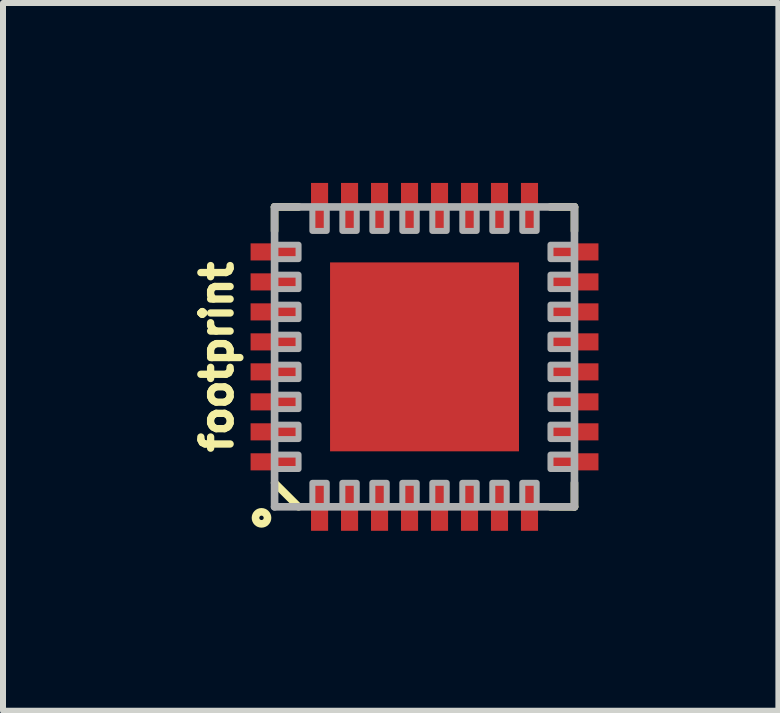
<source format=kicad_pcb>
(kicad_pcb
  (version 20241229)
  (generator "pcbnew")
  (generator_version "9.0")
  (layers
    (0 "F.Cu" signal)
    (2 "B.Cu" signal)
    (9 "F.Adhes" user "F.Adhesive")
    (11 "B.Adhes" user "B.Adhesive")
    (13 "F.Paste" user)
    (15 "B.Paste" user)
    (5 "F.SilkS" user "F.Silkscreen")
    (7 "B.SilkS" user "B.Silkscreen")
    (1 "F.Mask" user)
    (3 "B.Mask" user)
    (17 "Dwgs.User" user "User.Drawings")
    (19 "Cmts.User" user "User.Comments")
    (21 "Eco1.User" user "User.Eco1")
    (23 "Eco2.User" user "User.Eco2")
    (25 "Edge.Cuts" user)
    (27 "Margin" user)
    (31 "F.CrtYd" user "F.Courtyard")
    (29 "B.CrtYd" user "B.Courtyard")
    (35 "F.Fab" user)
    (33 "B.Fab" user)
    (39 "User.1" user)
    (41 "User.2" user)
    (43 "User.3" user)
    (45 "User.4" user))
  (footprint "footprint"
    (layer "F.Cu")
    (at 4.028 2.9)
    (property "Reference" "footprint" (at -3.175 0 90) (layer "F.SilkS") (effects (font (size 0.488 0.488) (thickness 0.122)) (justify bottom)))
    (fp_line (start -2.5 -2.5) (end -2.1 -2.5) (stroke (width 0.127) (type solid)) (layer "F.SilkS"))
    (fp_line (start -2.5 -2.1) (end -2.5 -2.5) (stroke (width 0.127) (type solid)) (layer "F.SilkS"))
    (fp_line (start -2.5 2.1) (end -2.1 2.5) (stroke (width 0.127) (type solid)) (layer "F.SilkS"))
    (fp_line (start 2.1 -2.5) (end 2.5 -2.5) (stroke (width 0.127) (type solid)) (layer "F.SilkS"))
    (fp_line (start 2.5 -2.5) (end 2.5 -2.1) (stroke (width 0.127) (type solid)) (layer "F.SilkS"))
    (fp_line (start 2.5 2.1) (end 2.5 2.5) (stroke (width 0.127) (type solid)) (layer "F.SilkS"))
    (fp_line (start 2.5 2.5) (end 2.1 2.5) (stroke (width 0.127) (type solid)) (layer "F.SilkS"))
    (fp_circle (center -2.718 2.684) (end -2.618 2.684) (stroke (width 0.127) (type solid)) (fill no) (layer "F.SilkS"))
    (fp_poly (pts (xy -1.45 -0.15) (xy -0.15 -0.15) (xy -0.15 -1.45) (xy -1.45 -1.45)) (stroke (width 0) (type solid)) (fill yes) (layer "F.Paste"))
    (fp_poly (pts (xy -0.15 1.45) (xy -0.15 0.15) (xy -1.45 0.15) (xy -1.45 1.45)) (stroke (width 0) (type solid)) (fill yes) (layer "F.Paste"))
    (fp_poly (pts (xy 0.15 -1.45) (xy 0.15 -0.15) (xy 1.45 -0.15) (xy 1.45 -1.45)) (stroke (width 0) (type solid)) (fill yes) (layer "F.Paste"))
    (fp_poly (pts (xy 1.45 0.15) (xy 0.15 0.15) (xy 0.15 1.45) (xy 1.45 1.45)) (stroke (width 0) (type solid)) (fill yes) (layer "F.Paste"))
    (fp_line (start -2.5 -2.5) (end -2.5 2.5) (stroke (width 0.127) (type solid)) (layer "F.Fab"))
    (fp_line (start -2.5 2.5) (end 2.5 2.5) (stroke (width 0.127) (type solid)) (layer "F.Fab"))
    (fp_line (start 2.5 -2.5) (end -2.5 -2.5) (stroke (width 0.127) (type solid)) (layer "F.Fab"))
    (fp_line (start 2.5 2.5) (end 2.5 -2.5) (stroke (width 0.127) (type solid)) (layer "F.Fab"))
    (fp_poly (pts (xy -2.5 -1.63) (xy -2.1 -1.63) (xy -2.1 -1.87) (xy -2.5 -1.87)) (stroke (width 0.1) (type solid)) (fill no) (layer "F.Fab"))
    (fp_poly (pts (xy -2.5 -1.13) (xy -2.1 -1.13) (xy -2.1 -1.37) (xy -2.5 -1.37)) (stroke (width 0.1) (type solid)) (fill no) (layer "F.Fab"))
    (fp_poly (pts (xy -2.5 -0.63) (xy -2.1 -0.63) (xy -2.1 -0.87) (xy -2.5 -0.87)) (stroke (width 0.1) (type solid)) (fill no) (layer "F.Fab"))
    (fp_poly (pts (xy -2.5 -0.13) (xy -2.1 -0.13) (xy -2.1 -0.37) (xy -2.5 -0.37)) (stroke (width 0.1) (type solid)) (fill no) (layer "F.Fab"))
    (fp_poly (pts (xy -2.5 0.37) (xy -2.1 0.37) (xy -2.1 0.13) (xy -2.5 0.13)) (stroke (width 0.1) (type solid)) (fill no) (layer "F.Fab"))
    (fp_poly (pts (xy -2.5 0.87) (xy -2.1 0.87) (xy -2.1 0.63) (xy -2.5 0.63)) (stroke (width 0.1) (type solid)) (fill no) (layer "F.Fab"))
    (fp_poly (pts (xy -2.5 1.37) (xy -2.1 1.37) (xy -2.1 1.13) (xy -2.5 1.13)) (stroke (width 0.1) (type solid)) (fill no) (layer "F.Fab"))
    (fp_poly (pts (xy -2.5 1.87) (xy -2.1 1.87) (xy -2.1 1.63) (xy -2.5 1.63)) (stroke (width 0.1) (type solid)) (fill no) (layer "F.Fab"))
    (fp_poly (pts (xy -1.87 -2.5) (xy -1.87 -2.1) (xy -1.63 -2.1) (xy -1.63 -2.5)) (stroke (width 0.1) (type solid)) (fill no) (layer "F.Fab"))
    (fp_poly (pts (xy -1.63 2.5) (xy -1.63 2.1) (xy -1.87 2.1) (xy -1.87 2.5)) (stroke (width 0.1) (type solid)) (fill no) (layer "F.Fab"))
    (fp_poly (pts (xy -1.37 -2.5) (xy -1.37 -2.1) (xy -1.13 -2.1) (xy -1.13 -2.5)) (stroke (width 0.1) (type solid)) (fill no) (layer "F.Fab"))
    (fp_poly (pts (xy -1.13 2.5) (xy -1.13 2.1) (xy -1.37 2.1) (xy -1.37 2.5)) (stroke (width 0.1) (type solid)) (fill no) (layer "F.Fab"))
    (fp_poly (pts (xy -0.87 -2.5) (xy -0.87 -2.1) (xy -0.63 -2.1) (xy -0.63 -2.5)) (stroke (width 0.1) (type solid)) (fill no) (layer "F.Fab"))
    (fp_poly (pts (xy -0.63 2.5) (xy -0.63 2.1) (xy -0.87 2.1) (xy -0.87 2.5)) (stroke (width 0.1) (type solid)) (fill no) (layer "F.Fab"))
    (fp_poly (pts (xy -0.37 -2.5) (xy -0.37 -2.1) (xy -0.13 -2.1) (xy -0.13 -2.5)) (stroke (width 0.1) (type solid)) (fill no) (layer "F.Fab"))
    (fp_poly (pts (xy -0.13 2.5) (xy -0.13 2.1) (xy -0.37 2.1) (xy -0.37 2.5)) (stroke (width 0.1) (type solid)) (fill no) (layer "F.Fab"))
    (fp_poly (pts (xy 0.13 -2.5) (xy 0.13 -2.1) (xy 0.37 -2.1) (xy 0.37 -2.5)) (stroke (width 0.1) (type solid)) (fill no) (layer "F.Fab"))
    (fp_poly (pts (xy 0.37 2.5) (xy 0.37 2.1) (xy 0.13 2.1) (xy 0.13 2.5)) (stroke (width 0.1) (type solid)) (fill no) (layer "F.Fab"))
    (fp_poly (pts (xy 0.63 -2.5) (xy 0.63 -2.1) (xy 0.87 -2.1) (xy 0.87 -2.5)) (stroke (width 0.1) (type solid)) (fill no) (layer "F.Fab"))
    (fp_poly (pts (xy 0.87 2.5) (xy 0.87 2.1) (xy 0.63 2.1) (xy 0.63 2.5)) (stroke (width 0.1) (type solid)) (fill no) (layer "F.Fab"))
    (fp_poly (pts (xy 1.13 -2.5) (xy 1.13 -2.1) (xy 1.37 -2.1) (xy 1.37 -2.5)) (stroke (width 0.1) (type solid)) (fill no) (layer "F.Fab"))
    (fp_poly (pts (xy 1.37 2.5) (xy 1.37 2.1) (xy 1.13 2.1) (xy 1.13 2.5)) (stroke (width 0.1) (type solid)) (fill no) (layer "F.Fab"))
    (fp_poly (pts (xy 1.63 -2.5) (xy 1.63 -2.1) (xy 1.87 -2.1) (xy 1.87 -2.5)) (stroke (width 0.1) (type solid)) (fill no) (layer "F.Fab"))
    (fp_poly (pts (xy 1.87 2.5) (xy 1.87 2.1) (xy 1.63 2.1) (xy 1.63 2.5)) (stroke (width 0.1) (type solid)) (fill no) (layer "F.Fab"))
    (fp_poly (pts (xy 2.5 -1.87) (xy 2.1 -1.87) (xy 2.1 -1.63) (xy 2.5 -1.63)) (stroke (width 0.1) (type solid)) (fill no) (layer "F.Fab"))
    (fp_poly (pts (xy 2.5 -1.37) (xy 2.1 -1.37) (xy 2.1 -1.13) (xy 2.5 -1.13)) (stroke (width 0.1) (type solid)) (fill no) (layer "F.Fab"))
    (fp_poly (pts (xy 2.5 -0.87) (xy 2.1 -0.87) (xy 2.1 -0.63) (xy 2.5 -0.63)) (stroke (width 0.1) (type solid)) (fill no) (layer "F.Fab"))
    (fp_poly (pts (xy 2.5 -0.37) (xy 2.1 -0.37) (xy 2.1 -0.13) (xy 2.5 -0.13)) (stroke (width 0.1) (type solid)) (fill no) (layer "F.Fab"))
    (fp_poly (pts (xy 2.5 0.13) (xy 2.1 0.13) (xy 2.1 0.37) (xy 2.5 0.37)) (stroke (width 0.1) (type solid)) (fill no) (layer "F.Fab"))
    (fp_poly (pts (xy 2.5 0.63) (xy 2.1 0.63) (xy 2.1 0.87) (xy 2.5 0.87)) (stroke (width 0.1) (type solid)) (fill no) (layer "F.Fab"))
    (fp_poly (pts (xy 2.5 1.13) (xy 2.1 1.13) (xy 2.1 1.37) (xy 2.5 1.37)) (stroke (width 0.1) (type solid)) (fill no) (layer "F.Fab"))
    (fp_poly (pts (xy 2.5 1.63) (xy 2.1 1.63) (xy 2.1 1.87) (xy 2.5 1.87)) (stroke (width 0.1) (type solid)) (fill no) (layer "F.Fab"))
    (pad "1" smd rect (at -1.75 2.5 90) (size 0.8 0.285) (layers "F.Cu" "F.Mask" "F.Paste"))
    (pad "2" smd rect (at -1.25 2.5 90) (size 0.8 0.285) (layers "F.Cu" "F.Mask" "F.Paste"))
    (pad "3" smd rect (at -0.75 2.5 90) (size 0.8 0.285) (layers "F.Cu" "F.Mask" "F.Paste"))
    (pad "4" smd rect (at -0.25 2.5 90) (size 0.8 0.285) (layers "F.Cu" "F.Mask" "F.Paste"))
    (pad "5" smd rect (at 0.25 2.5 90) (size 0.8 0.285) (layers "F.Cu" "F.Mask" "F.Paste"))
    (pad "6" smd rect (at 0.75 2.5 90) (size 0.8 0.285) (layers "F.Cu" "F.Mask" "F.Paste"))
    (pad "7" smd rect (at 1.25 2.5 90) (size 0.8 0.285) (layers "F.Cu" "F.Mask" "F.Paste"))
    (pad "8" smd rect (at 1.75 2.5 90) (size 0.8 0.285) (layers "F.Cu" "F.Mask" "F.Paste"))
    (pad "9" smd rect (at 2.5 1.75 180) (size 0.8 0.285) (layers "F.Cu" "F.Mask" "F.Paste"))
    (pad "10" smd rect (at 2.5 1.25 180) (size 0.8 0.285) (layers "F.Cu" "F.Mask" "F.Paste"))
    (pad "11" smd rect (at 2.5 0.75 180) (size 0.8 0.285) (layers "F.Cu" "F.Mask" "F.Paste"))
    (pad "12" smd rect (at 2.5 0.25 180) (size 0.8 0.285) (layers "F.Cu" "F.Mask" "F.Paste"))
    (pad "13" smd rect (at 2.5 -0.25 180) (size 0.8 0.285) (layers "F.Cu" "F.Mask" "F.Paste"))
    (pad "14" smd rect (at 2.5 -0.75 180) (size 0.8 0.285) (layers "F.Cu" "F.Mask" "F.Paste"))
    (pad "15" smd rect (at 2.5 -1.25 180) (size 0.8 0.285) (layers "F.Cu" "F.Mask" "F.Paste"))
    (pad "16" smd rect (at 2.5 -1.75 180) (size 0.8 0.285) (layers "F.Cu" "F.Mask" "F.Paste"))
    (pad "17" smd rect (at 1.75 -2.5 270) (size 0.8 0.285) (layers "F.Cu" "F.Mask" "F.Paste"))
    (pad "18" smd rect (at 1.25 -2.5 270) (size 0.8 0.285) (layers "F.Cu" "F.Mask" "F.Paste"))
    (pad "19" smd rect (at 0.75 -2.5 270) (size 0.8 0.285) (layers "F.Cu" "F.Mask" "F.Paste"))
    (pad "20" smd rect (at 0.25 -2.5 270) (size 0.8 0.285) (layers "F.Cu" "F.Mask" "F.Paste"))
    (pad "21" smd rect (at -0.25 -2.5 270) (size 0.8 0.285) (layers "F.Cu" "F.Mask" "F.Paste"))
    (pad "22" smd rect (at -0.75 -2.5 270) (size 0.8 0.285) (layers "F.Cu" "F.Mask" "F.Paste"))
    (pad "23" smd rect (at -1.25 -2.5 270) (size 0.8 0.285) (layers "F.Cu" "F.Mask" "F.Paste"))
    (pad "24" smd rect (at -1.75 -2.5 270) (size 0.8 0.285) (layers "F.Cu" "F.Mask" "F.Paste"))
    (pad "25" smd rect (at -2.5 -1.75) (size 0.8 0.285) (layers "F.Cu" "F.Mask" "F.Paste"))
    (pad "26" smd rect (at -2.5 -1.25) (size 0.8 0.285) (layers "F.Cu" "F.Mask" "F.Paste"))
    (pad "27" smd rect (at -2.5 -0.75) (size 0.8 0.285) (layers "F.Cu" "F.Mask" "F.Paste"))
    (pad "28" smd rect (at -2.5 -0.25) (size 0.8 0.285) (layers "F.Cu" "F.Mask" "F.Paste"))
    (pad "29" smd rect (at -2.5 0.25) (size 0.8 0.285) (layers "F.Cu" "F.Mask" "F.Paste"))
    (pad "30" smd rect (at -2.5 0.75) (size 0.8 0.285) (layers "F.Cu" "F.Mask" "F.Paste"))
    (pad "31" smd rect (at -2.5 1.25) (size 0.8 0.285) (layers "F.Cu" "F.Mask" "F.Paste"))
    (pad "32" smd rect (at -2.5 1.75) (size 0.8 0.285) (layers "F.Cu" "F.Mask" "F.Paste"))
    (pad "EP" smd rect (at 0 0) (size 3.15 3.15) (layers "F.Cu" "F.Mask")))
  (gr_rect
    (start -3 -3)
    (end 9.928 8.8)
    (stroke (width 0.1) (type default))
    (fill no)
    (layer "Edge.Cuts")))
</source>
